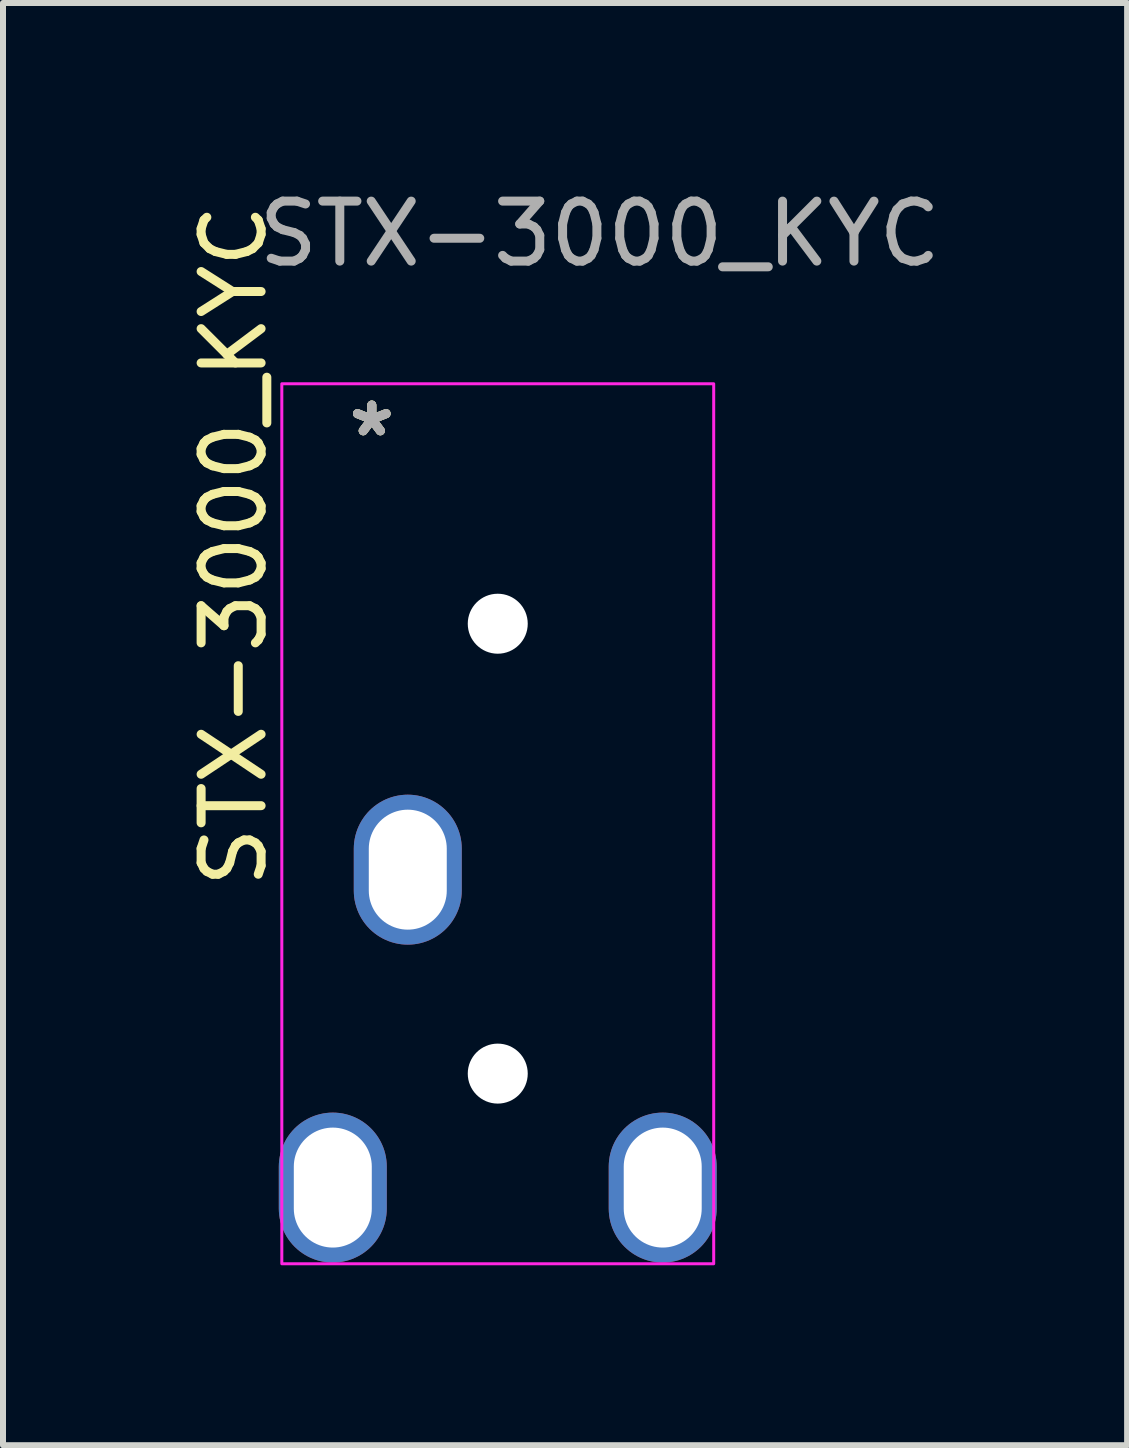
<source format=kicad_pcb>
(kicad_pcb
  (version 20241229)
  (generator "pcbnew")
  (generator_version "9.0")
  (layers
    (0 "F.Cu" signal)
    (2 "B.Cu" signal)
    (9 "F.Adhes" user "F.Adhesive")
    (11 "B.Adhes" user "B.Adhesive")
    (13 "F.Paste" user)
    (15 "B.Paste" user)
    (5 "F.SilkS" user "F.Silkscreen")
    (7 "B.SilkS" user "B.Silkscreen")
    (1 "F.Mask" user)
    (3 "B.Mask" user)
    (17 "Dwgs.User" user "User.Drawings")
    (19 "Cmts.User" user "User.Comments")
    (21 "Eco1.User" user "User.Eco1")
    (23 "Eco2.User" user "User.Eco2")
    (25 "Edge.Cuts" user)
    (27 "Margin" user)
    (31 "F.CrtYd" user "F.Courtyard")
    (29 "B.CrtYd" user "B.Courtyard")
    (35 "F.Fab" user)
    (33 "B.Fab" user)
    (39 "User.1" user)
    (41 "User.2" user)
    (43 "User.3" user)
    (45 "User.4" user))
  (footprint "STX-3000_KYC"
    (layer "F.Cu")
    (at 5.248 3.348)
    (property "Reference" "STX-3000_KYC" (at -4.4 2.7 90) (unlocked yes) (layer "F.SilkS") (effects (font (size 1 1) (thickness 0.15))))
    (attr through_hole)
    (fp_rect (start -3.6 0) (end 3.6 14.67) (stroke (width 0.05) (type default)) (fill no) (layer "F.CrtYd"))
    (fp_text user "*" (at -2.1 0.9 0) (layer "F.SilkS") (effects (font (size 1 1) (thickness 0.15))))
    (fp_text user "*" (at -2.1 0.9 0) (unlocked yes) (layer "F.SilkS") (effects (font (size 1 1) (thickness 0.15))))
    (fp_text user "${REFERENCE}" (at 1.7 -2.5 0) (unlocked yes) (layer "F.Fab") (effects (font (size 1 1) (thickness 0.15))))
    (fp_text user "*" (at -2.1 0.9 0) (layer "F.Fab") (effects (font (size 1 1) (thickness 0.15))))
    (fp_text user "*" (at -2.1 0.9 0) (unlocked yes) (layer "F.Fab") (effects (font (size 1 1) (thickness 0.15))))
    (pad "" np_thru_hole circle (at 0 4 90) (size 1 1) (drill 1) (layers "*.Cu" "*.Mask"))
    (pad "" np_thru_hole circle (at 0 11.5 90) (size 1 1) (drill 1) (layers "*.Cu" "*.Mask"))
    (pad "1" thru_hole oval (at -1.5 8.1 90) (size 2.5 1.8) (drill oval 2 1.3) (layers "*.Cu" "*.Mask"))
    (pad "2" thru_hole oval (at 2.75 13.4 90) (size 2.5 1.8) (drill oval 2 1.3) (layers "*.Cu" "*.Mask"))
    (pad "3" thru_hole oval (at -2.75 13.4 90) (size 2.5 1.8) (drill oval 2 1.3) (layers "*.Cu" "*.Mask")))
  (gr_rect
    (start -3 -3)
    (end 15.74 21.043)
    (stroke (width 0.1) (type default))
    (fill no)
    (layer "Edge.Cuts")))
</source>
